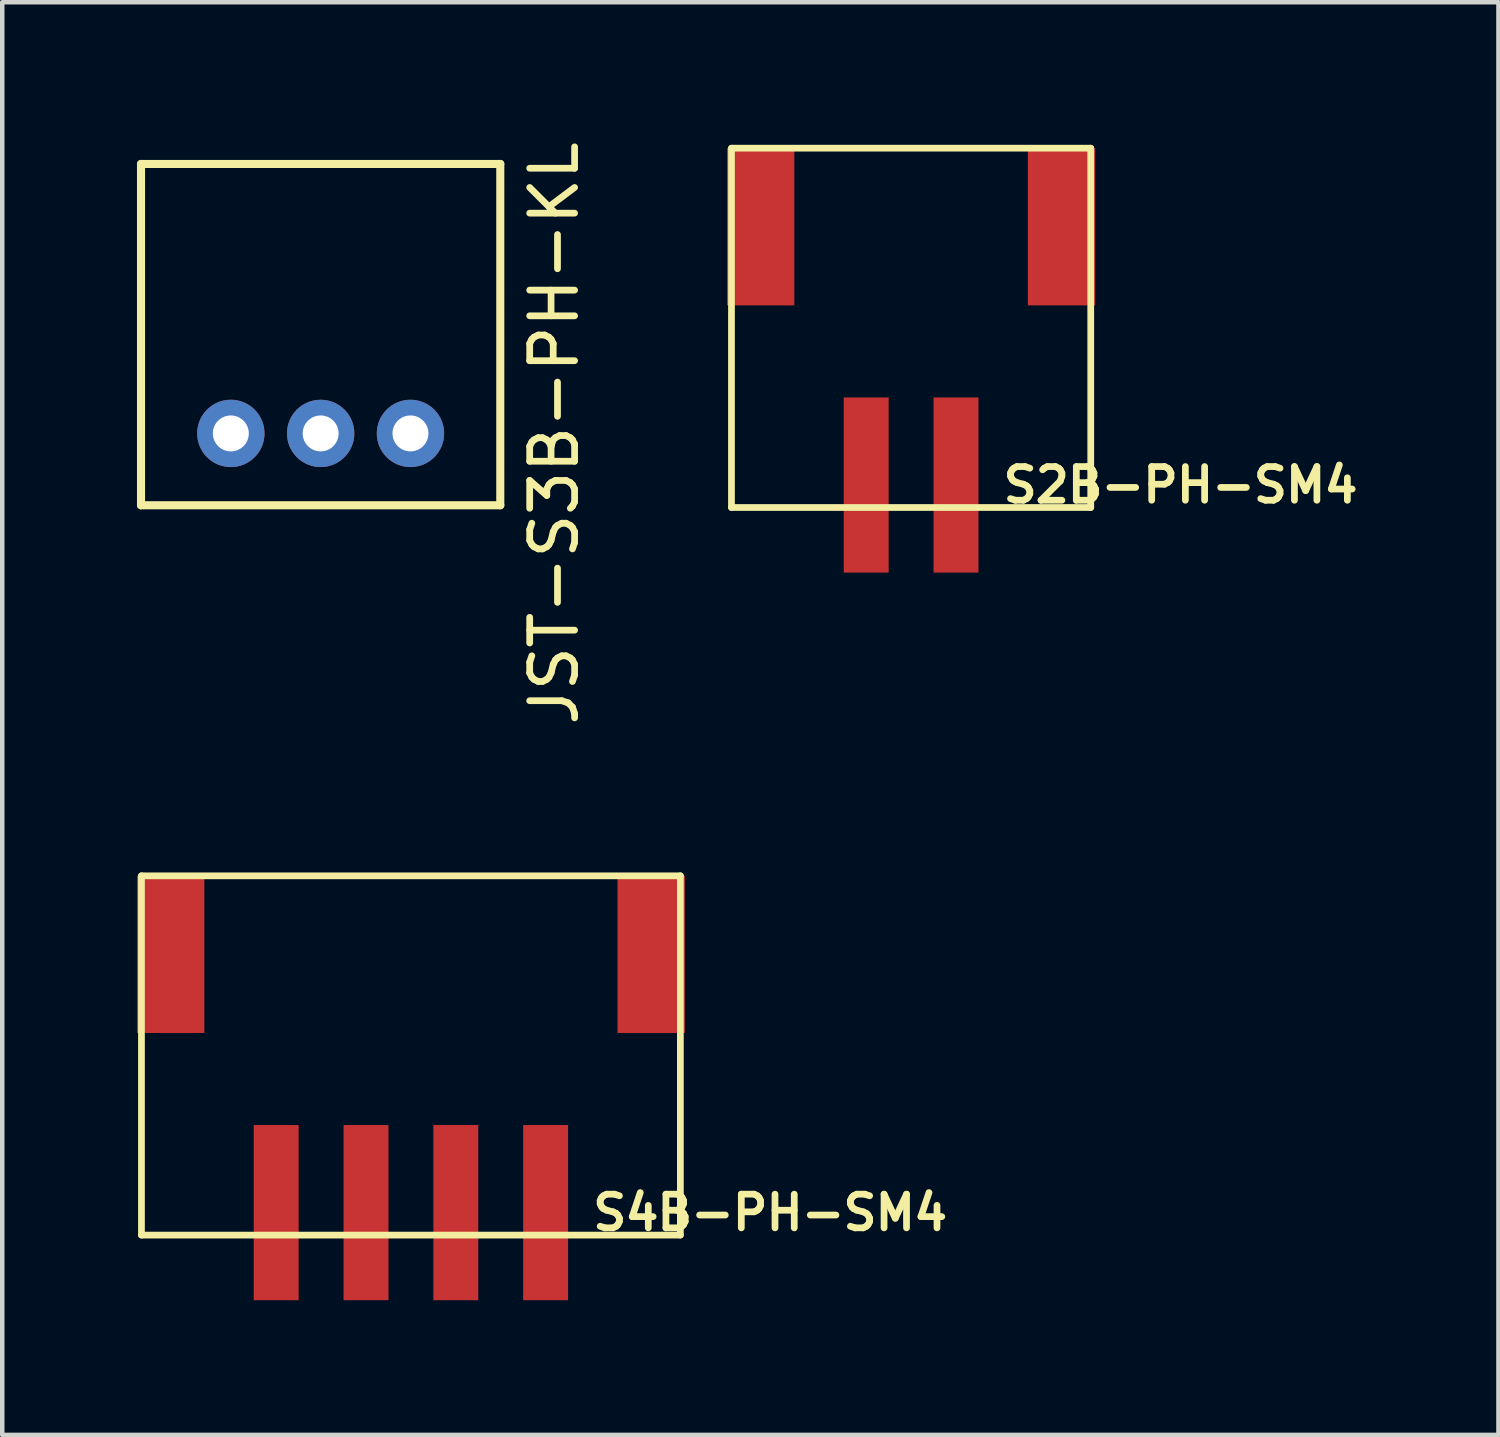
<source format=kicad_pcb>
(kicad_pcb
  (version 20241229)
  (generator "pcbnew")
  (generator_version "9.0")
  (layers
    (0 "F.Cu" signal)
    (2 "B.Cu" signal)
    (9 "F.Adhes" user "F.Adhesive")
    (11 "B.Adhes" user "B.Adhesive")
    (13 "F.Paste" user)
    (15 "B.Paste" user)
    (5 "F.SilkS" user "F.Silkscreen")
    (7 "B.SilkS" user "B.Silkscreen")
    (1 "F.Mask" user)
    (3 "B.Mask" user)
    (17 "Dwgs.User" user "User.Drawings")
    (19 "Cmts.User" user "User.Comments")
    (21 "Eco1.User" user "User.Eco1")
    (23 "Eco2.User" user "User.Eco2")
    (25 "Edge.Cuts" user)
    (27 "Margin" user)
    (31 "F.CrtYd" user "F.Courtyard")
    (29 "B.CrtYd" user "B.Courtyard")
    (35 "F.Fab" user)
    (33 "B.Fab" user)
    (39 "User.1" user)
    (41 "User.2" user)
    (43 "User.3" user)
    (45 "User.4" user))
  (footprint "S2B-PH-SM4"
    (layer "F.Cu")
    (at 17.238 0.25)
    (property "Reference" "S2B-PH-SM4" (at 6 7.5 0) (layer "F.SilkS") (effects (font (size 0.75 0.75) (thickness 0.15))))
    (attr through_hole)
    (fp_line (start -4 0) (end 4 0) (stroke (width 0.15) (type solid)) (layer "F.SilkS"))
    (fp_line (start -4 8) (end -4 0) (stroke (width 0.15) (type solid)) (layer "F.SilkS"))
    (fp_line (start 4 0) (end 4 8) (stroke (width 0.15) (type solid)) (layer "F.SilkS"))
    (fp_line (start 4 8) (end -4 8) (stroke (width 0.15) (type solid)) (layer "F.SilkS"))
    (pad "" smd rect (at -3.35 1.75) (size 1.5 3.5) (layers "F.Cu" "F.Mask" "F.Paste"))
    (pad "" smd rect (at 3.35 1.75) (size 1.5 3.5) (layers "F.Cu" "F.Mask" "F.Paste"))
    (pad "1" smd rect (at -1 7.5) (size 1 3.9) (layers "F.Cu" "F.Mask" "F.Paste"))
    (pad "2" smd rect (at 1 7.5) (size 1 3.9) (layers "F.Cu" "F.Mask" "F.Paste")))
  (footprint "S4B-PH-SM4"
    (layer "F.Cu")
    (at 6.1 16.452)
    (property "Reference" "S4B-PH-SM4" (at 8 7.5 0) (layer "F.SilkS") (effects (font (size 0.75 0.75) (thickness 0.15))))
    (attr through_hole)
    (fp_line (start -6 0) (end 6 0) (stroke (width 0.15) (type solid)) (layer "F.SilkS"))
    (fp_line (start -6 8) (end -6 0) (stroke (width 0.15) (type solid)) (layer "F.SilkS"))
    (fp_line (start 6 0) (end 6 8) (stroke (width 0.15) (type solid)) (layer "F.SilkS"))
    (fp_line (start 6 8) (end -6 8) (stroke (width 0.15) (type solid)) (layer "F.SilkS"))
    (pad "" smd rect (at -5.35 1.75) (size 1.5 3.5) (layers "F.Cu" "F.Mask" "F.Paste"))
    (pad "" smd rect (at 5.35 1.75) (size 1.5 3.5) (layers "F.Cu" "F.Mask" "F.Paste"))
    (pad "1" smd rect (at -3 7.5) (size 1 3.9) (layers "F.Cu" "F.Mask" "F.Paste"))
    (pad "2" smd rect (at -1 7.5) (size 1 3.9) (layers "F.Cu" "F.Mask" "F.Paste"))
    (pad "3" smd rect (at 1 7.5) (size 1 3.9) (layers "F.Cu" "F.Mask" "F.Paste"))
    (pad "4" smd rect (at 3 7.5) (size 1 3.9) (layers "F.Cu" "F.Mask" "F.Paste")))
  (footprint "JST-S3B-PH-KL"
    (layer "F.Cu")
    (at 4.09 6.601)
    (property "Reference" "JST-S3B-PH-KL" (at 5.2 0 90) (layer "F.SilkS") (effects (font (size 1 1) (thickness 0.15))))
    (attr through_hole)
    (fp_line (start -4 -6) (end 4 -6) (stroke (width 0.18) (type solid)) (layer "F.SilkS"))
    (fp_line (start -4 1.6) (end -4 -6) (stroke (width 0.18) (type solid)) (layer "F.SilkS"))
    (fp_line (start 4 -6) (end 4 1.6) (stroke (width 0.18) (type solid)) (layer "F.SilkS"))
    (fp_line (start 4 1.6) (end -4 1.6) (stroke (width 0.18) (type solid)) (layer "F.SilkS"))
    (pad "1" thru_hole circle (at 2 0) (size 1.5 1.5) (drill 0.8) (layers "*.Cu" "*.Mask"))
    (pad "2" thru_hole circle (at 0 0) (size 1.5 1.5) (drill 0.8) (layers "*.Cu" "*.Mask"))
    (pad "3" thru_hole circle (at -2 0) (size 1.5 1.5) (drill 0.8) (layers "*.Cu" "*.Mask")))
  (gr_rect
    (start -3 -3)
    (end 30.317 28.902)
    (stroke (width 0.1) (type default))
    (fill no)
    (layer "Edge.Cuts")))
</source>
